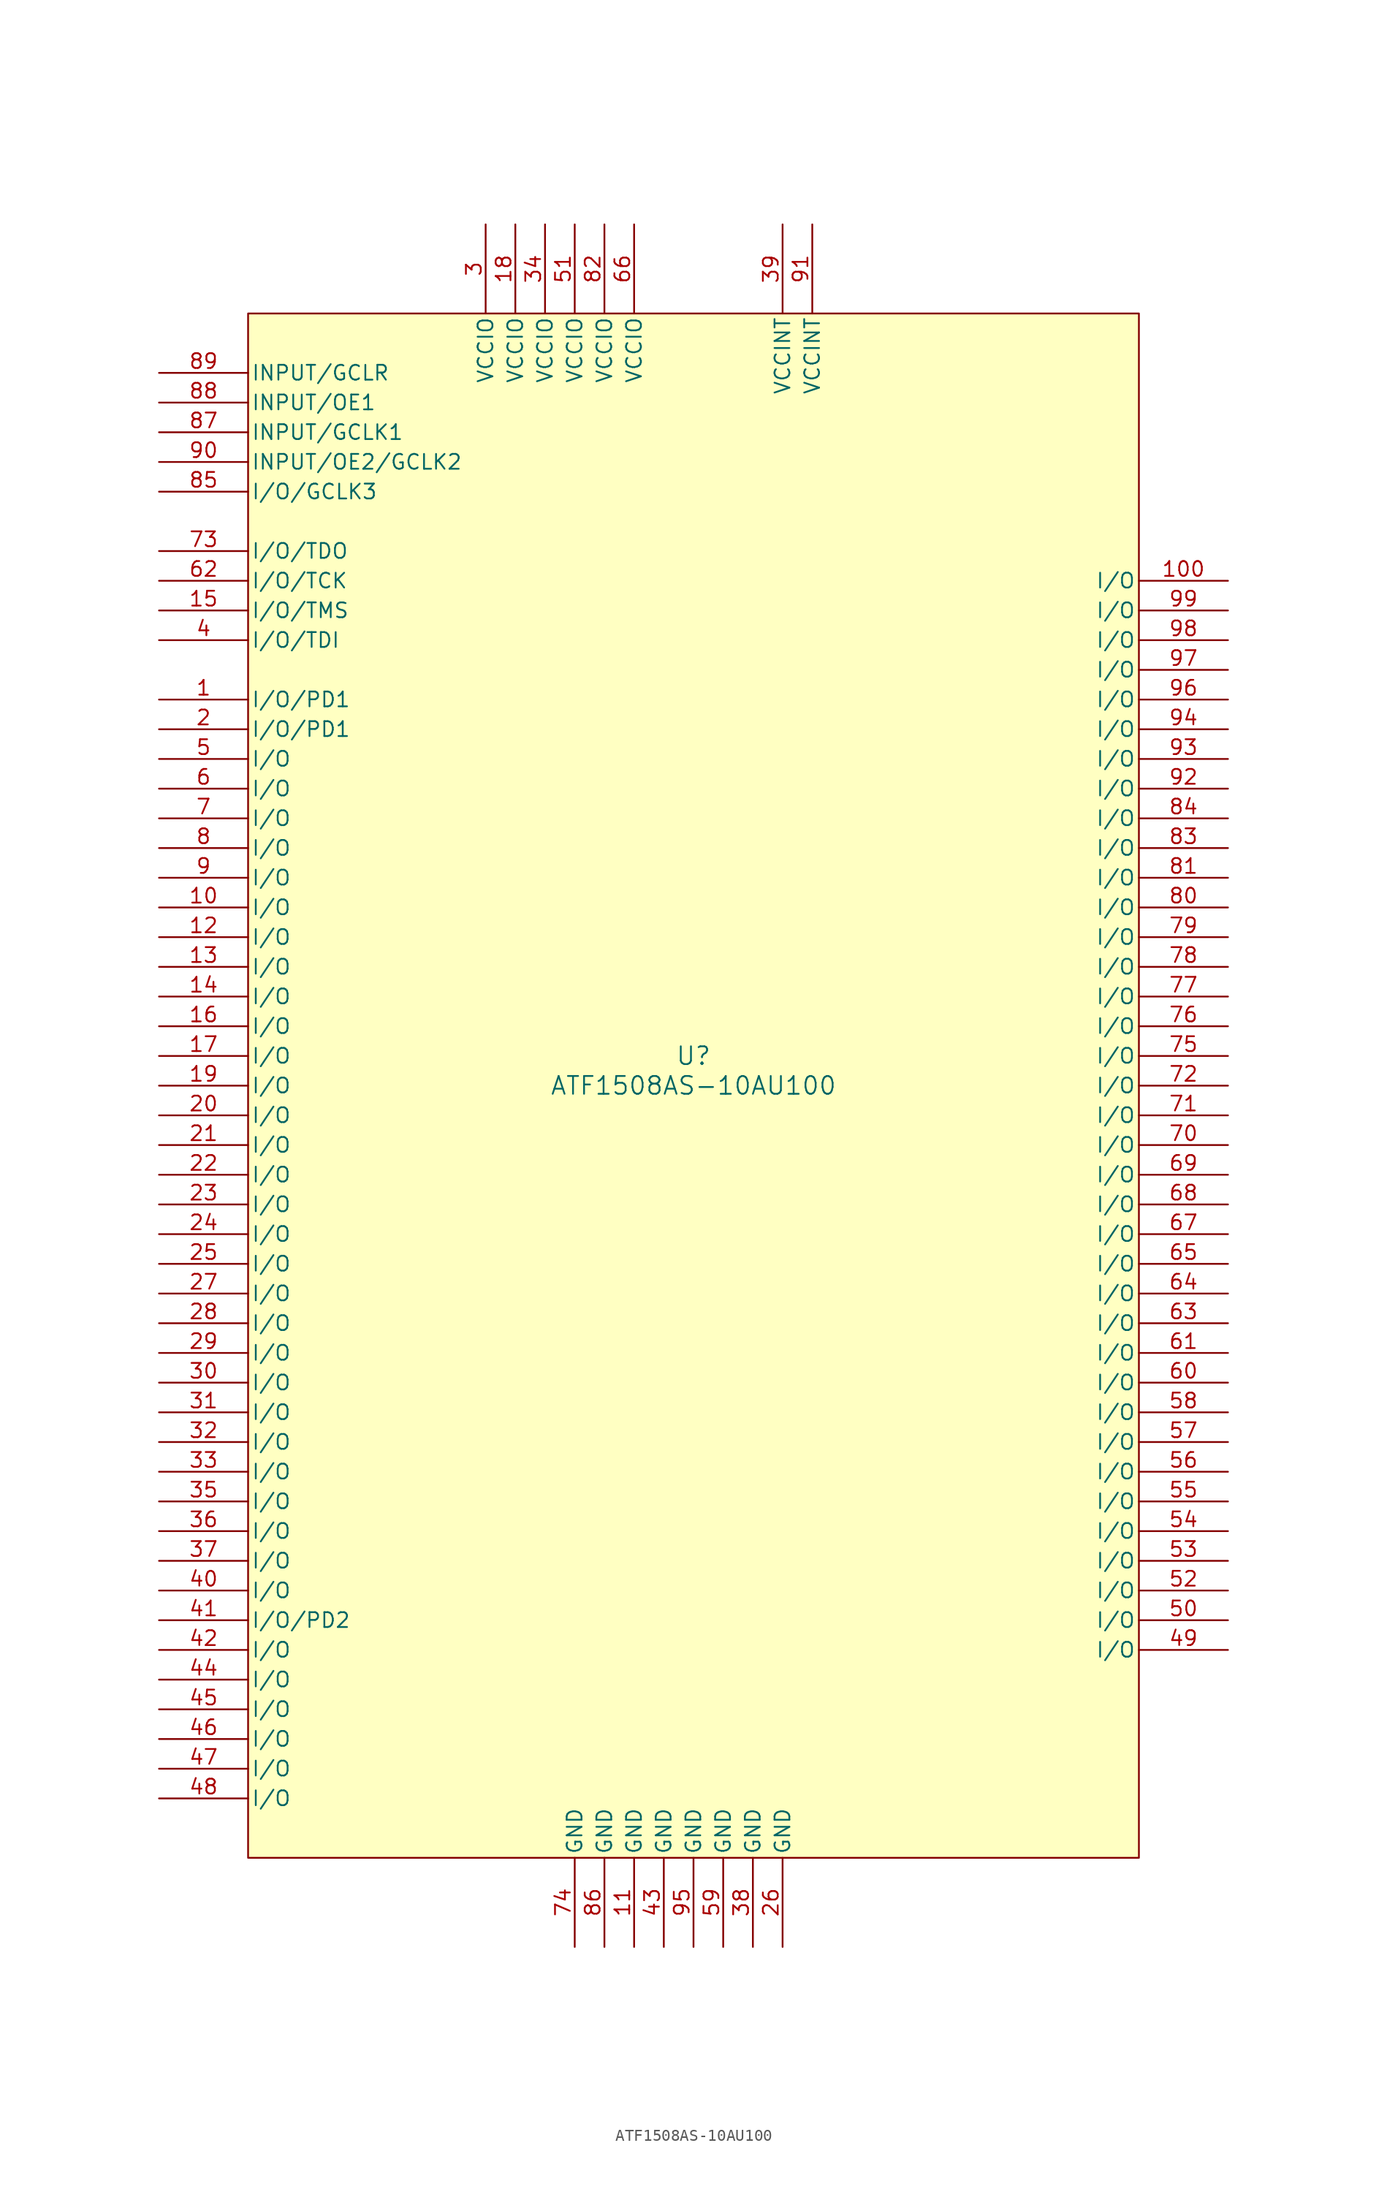
<source format=kicad_sym>
(kicad_symbol_lib
  (version 20220914)
  (generator kicad_symbol_editor)
  (symbol "ATF1508AS-10AU100"
    (pin_names
      (offset 0.254))
    (property "Reference" "U"
      (at 0 2.54 0)
      (effects (font (size 1.524 1.524))))
    (property "Value" "ATF1508AS-10AU100"
      (at 0 0 0)
      (effects (font (size 1.524 1.524))))
    (symbol "ATF1508AS-10AU100_0_1"
      (pin bidirectional line (at -45.72 33.02 0) (length 7.62) (name "I/O/PD1" (effects (font (size 1.27 1.27)))) (number "1" (effects (font (size 1.27 1.27)))))
      (pin bidirectional line (at -45.72 15.24 0) (length 7.62) (name "I/O" (effects (font (size 1.27 1.27)))) (number "10" (effects (font (size 1.27 1.27)))))
      (pin bidirectional line (at 45.72 43.18 180) (length 7.62) (name "I/O" (effects (font (size 1.27 1.27)))) (number "100" (effects (font (size 1.27 1.27)))))
      (pin power_in line (at -5.08 -73.66 90) (length 7.62) (name "GND" (effects (font (size 1.27 1.27)))) (number "11" (effects (font (size 1.27 1.27)))))
      (pin bidirectional line (at -45.72 12.7 0) (length 7.62) (name "I/O" (effects (font (size 1.27 1.27)))) (number "12" (effects (font (size 1.27 1.27)))))
      (pin bidirectional line (at -45.72 10.16 0) (length 7.62) (name "I/O" (effects (font (size 1.27 1.27)))) (number "13" (effects (font (size 1.27 1.27)))))
      (pin bidirectional line (at -45.72 7.62 0) (length 7.62) (name "I/O" (effects (font (size 1.27 1.27)))) (number "14" (effects (font (size 1.27 1.27)))))
      (pin bidirectional line (at -45.72 40.64 0) (length 7.62) (name "I/O/TMS" (effects (font (size 1.27 1.27)))) (number "15" (effects (font (size 1.27 1.27)))))
      (pin bidirectional line (at -45.72 5.08 0) (length 7.62) (name "I/O" (effects (font (size 1.27 1.27)))) (number "16" (effects (font (size 1.27 1.27)))))
      (pin bidirectional line (at -45.72 2.54 0) (length 7.62) (name "I/O" (effects (font (size 1.27 1.27)))) (number "17" (effects (font (size 1.27 1.27)))))
      (pin power_in line (at -15.24 73.66 270) (length 7.62) (name "VCCIO" (effects (font (size 1.27 1.27)))) (number "18" (effects (font (size 1.27 1.27)))))
      (pin bidirectional line (at -45.72 0 0) (length 7.62) (name "I/O" (effects (font (size 1.27 1.27)))) (number "19" (effects (font (size 1.27 1.27)))))
      (pin bidirectional line (at -45.72 30.48 0) (length 7.62) (name "I/O/PD1" (effects (font (size 1.27 1.27)))) (number "2" (effects (font (size 1.27 1.27)))))
      (pin bidirectional line (at -45.72 -2.54 0) (length 7.62) (name "I/O" (effects (font (size 1.27 1.27)))) (number "20" (effects (font (size 1.27 1.27)))))
      (pin bidirectional line (at -45.72 -5.08 0) (length 7.62) (name "I/O" (effects (font (size 1.27 1.27)))) (number "21" (effects (font (size 1.27 1.27)))))
      (pin bidirectional line (at -45.72 -7.62 0) (length 7.62) (name "I/O" (effects (font (size 1.27 1.27)))) (number "22" (effects (font (size 1.27 1.27)))))
      (pin bidirectional line (at -45.72 -10.16 0) (length 7.62) (name "I/O" (effects (font (size 1.27 1.27)))) (number "23" (effects (font (size 1.27 1.27)))))
      (pin bidirectional line (at -45.72 -12.7 0) (length 7.62) (name "I/O" (effects (font (size 1.27 1.27)))) (number "24" (effects (font (size 1.27 1.27)))))
      (pin bidirectional line (at -45.72 -15.24 0) (length 7.62) (name "I/O" (effects (font (size 1.27 1.27)))) (number "25" (effects (font (size 1.27 1.27)))))
      (pin power_in line (at 7.62 -73.66 90) (length 7.62) (name "GND" (effects (font (size 1.27 1.27)))) (number "26" (effects (font (size 1.27 1.27)))))
      (pin bidirectional line (at -45.72 -17.78 0) (length 7.62) (name "I/O" (effects (font (size 1.27 1.27)))) (number "27" (effects (font (size 1.27 1.27)))))
      (pin bidirectional line (at -45.72 -20.32 0) (length 7.62) (name "I/O" (effects (font (size 1.27 1.27)))) (number "28" (effects (font (size 1.27 1.27)))))
      (pin bidirectional line (at -45.72 -22.86 0) (length 7.62) (name "I/O" (effects (font (size 1.27 1.27)))) (number "29" (effects (font (size 1.27 1.27)))))
      (pin power_in line (at -17.78 73.66 270) (length 7.62) (name "VCCIO" (effects (font (size 1.27 1.27)))) (number "3" (effects (font (size 1.27 1.27)))))
      (pin bidirectional line (at -45.72 -25.4 0) (length 7.62) (name "I/O" (effects (font (size 1.27 1.27)))) (number "30" (effects (font (size 1.27 1.27)))))
      (pin bidirectional line (at -45.72 -27.94 0) (length 7.62) (name "I/O" (effects (font (size 1.27 1.27)))) (number "31" (effects (font (size 1.27 1.27)))))
      (pin bidirectional line (at -45.72 -30.48 0) (length 7.62) (name "I/O" (effects (font (size 1.27 1.27)))) (number "32" (effects (font (size 1.27 1.27)))))
      (pin bidirectional line (at -45.72 -33.02 0) (length 7.62) (name "I/O" (effects (font (size 1.27 1.27)))) (number "33" (effects (font (size 1.27 1.27)))))
      (pin power_in line (at -12.7 73.66 270) (length 7.62) (name "VCCIO" (effects (font (size 1.27 1.27)))) (number "34" (effects (font (size 1.27 1.27)))))
      (pin bidirectional line (at -45.72 -35.56 0) (length 7.62) (name "I/O" (effects (font (size 1.27 1.27)))) (number "35" (effects (font (size 1.27 1.27)))))
      (pin bidirectional line (at -45.72 -38.1 0) (length 7.62) (name "I/O" (effects (font (size 1.27 1.27)))) (number "36" (effects (font (size 1.27 1.27)))))
      (pin bidirectional line (at -45.72 -40.64 0) (length 7.62) (name "I/O" (effects (font (size 1.27 1.27)))) (number "37" (effects (font (size 1.27 1.27)))))
      (pin power_in line (at 5.08 -73.66 90) (length 7.62) (name "GND" (effects (font (size 1.27 1.27)))) (number "38" (effects (font (size 1.27 1.27)))))
      (pin power_in line (at 7.62 73.66 270) (length 7.62) (name "VCCINT" (effects (font (size 1.27 1.27)))) (number "39" (effects (font (size 1.27 1.27)))))
      (pin bidirectional line (at -45.72 38.1 0) (length 7.62) (name "I/O/TDI" (effects (font (size 1.27 1.27)))) (number "4" (effects (font (size 1.27 1.27)))))
      (pin bidirectional line (at -45.72 -43.18 0) (length 7.62) (name "I/O" (effects (font (size 1.27 1.27)))) (number "40" (effects (font (size 1.27 1.27)))))
      (pin bidirectional line (at -45.72 -45.72 0) (length 7.62) (name "I/O/PD2" (effects (font (size 1.27 1.27)))) (number "41" (effects (font (size 1.27 1.27)))))
      (pin bidirectional line (at -45.72 -48.26 0) (length 7.62) (name "I/O" (effects (font (size 1.27 1.27)))) (number "42" (effects (font (size 1.27 1.27)))))
      (pin power_in line (at -2.54 -73.66 90) (length 7.62) (name "GND" (effects (font (size 1.27 1.27)))) (number "43" (effects (font (size 1.27 1.27)))))
      (pin bidirectional line (at -45.72 -50.8 0) (length 7.62) (name "I/O" (effects (font (size 1.27 1.27)))) (number "44" (effects (font (size 1.27 1.27)))))
      (pin bidirectional line (at -45.72 -53.34 0) (length 7.62) (name "I/O" (effects (font (size 1.27 1.27)))) (number "45" (effects (font (size 1.27 1.27)))))
      (pin bidirectional line (at -45.72 -55.88 0) (length 7.62) (name "I/O" (effects (font (size 1.27 1.27)))) (number "46" (effects (font (size 1.27 1.27)))))
      (pin bidirectional line (at -45.72 -58.42 0) (length 7.62) (name "I/O" (effects (font (size 1.27 1.27)))) (number "47" (effects (font (size 1.27 1.27)))))
      (pin bidirectional line (at -45.72 -60.96 0) (length 7.62) (name "I/O" (effects (font (size 1.27 1.27)))) (number "48" (effects (font (size 1.27 1.27)))))
      (pin bidirectional line (at 45.72 -48.26 180) (length 7.62) (name "I/O" (effects (font (size 1.27 1.27)))) (number "49" (effects (font (size 1.27 1.27)))))
      (pin bidirectional line (at -45.72 27.94 0) (length 7.62) (name "I/O" (effects (font (size 1.27 1.27)))) (number "5" (effects (font (size 1.27 1.27)))))
      (pin bidirectional line (at 45.72 -45.72 180) (length 7.62) (name "I/O" (effects (font (size 1.27 1.27)))) (number "50" (effects (font (size 1.27 1.27)))))
      (pin power_in line (at -10.16 73.66 270) (length 7.62) (name "VCCIO" (effects (font (size 1.27 1.27)))) (number "51" (effects (font (size 1.27 1.27)))))
      (pin bidirectional line (at 45.72 -43.18 180) (length 7.62) (name "I/O" (effects (font (size 1.27 1.27)))) (number "52" (effects (font (size 1.27 1.27)))))
      (pin bidirectional line (at 45.72 -40.64 180) (length 7.62) (name "I/O" (effects (font (size 1.27 1.27)))) (number "53" (effects (font (size 1.27 1.27)))))
      (pin bidirectional line (at 45.72 -38.1 180) (length 7.62) (name "I/O" (effects (font (size 1.27 1.27)))) (number "54" (effects (font (size 1.27 1.27)))))
      (pin bidirectional line (at 45.72 -35.56 180) (length 7.62) (name "I/O" (effects (font (size 1.27 1.27)))) (number "55" (effects (font (size 1.27 1.27)))))
      (pin bidirectional line (at 45.72 -33.02 180) (length 7.62) (name "I/O" (effects (font (size 1.27 1.27)))) (number "56" (effects (font (size 1.27 1.27)))))
      (pin bidirectional line (at 45.72 -30.48 180) (length 7.62) (name "I/O" (effects (font (size 1.27 1.27)))) (number "57" (effects (font (size 1.27 1.27)))))
      (pin bidirectional line (at 45.72 -27.94 180) (length 7.62) (name "I/O" (effects (font (size 1.27 1.27)))) (number "58" (effects (font (size 1.27 1.27)))))
      (pin power_in line (at 2.54 -73.66 90) (length 7.62) (name "GND" (effects (font (size 1.27 1.27)))) (number "59" (effects (font (size 1.27 1.27)))))
      (pin bidirectional line (at -45.72 25.4 0) (length 7.62) (name "I/O" (effects (font (size 1.27 1.27)))) (number "6" (effects (font (size 1.27 1.27)))))
      (pin bidirectional line (at 45.72 -25.4 180) (length 7.62) (name "I/O" (effects (font (size 1.27 1.27)))) (number "60" (effects (font (size 1.27 1.27)))))
      (pin bidirectional line (at 45.72 -22.86 180) (length 7.62) (name "I/O" (effects (font (size 1.27 1.27)))) (number "61" (effects (font (size 1.27 1.27)))))
      (pin bidirectional line (at -45.72 43.18 0) (length 7.62) (name "I/O/TCK" (effects (font (size 1.27 1.27)))) (number "62" (effects (font (size 1.27 1.27)))))
      (pin bidirectional line (at 45.72 -20.32 180) (length 7.62) (name "I/O" (effects (font (size 1.27 1.27)))) (number "63" (effects (font (size 1.27 1.27)))))
      (pin bidirectional line (at 45.72 -17.78 180) (length 7.62) (name "I/O" (effects (font (size 1.27 1.27)))) (number "64" (effects (font (size 1.27 1.27)))))
      (pin bidirectional line (at 45.72 -15.24 180) (length 7.62) (name "I/O" (effects (font (size 1.27 1.27)))) (number "65" (effects (font (size 1.27 1.27)))))
      (pin power_in line (at -5.08 73.66 270) (length 7.62) (name "VCCIO" (effects (font (size 1.27 1.27)))) (number "66" (effects (font (size 1.27 1.27)))))
      (pin bidirectional line (at 45.72 -12.7 180) (length 7.62) (name "I/O" (effects (font (size 1.27 1.27)))) (number "67" (effects (font (size 1.27 1.27)))))
      (pin bidirectional line (at 45.72 -10.16 180) (length 7.62) (name "I/O" (effects (font (size 1.27 1.27)))) (number "68" (effects (font (size 1.27 1.27)))))
      (pin bidirectional line (at 45.72 -7.62 180) (length 7.62) (name "I/O" (effects (font (size 1.27 1.27)))) (number "69" (effects (font (size 1.27 1.27)))))
      (pin bidirectional line (at -45.72 22.86 0) (length 7.62) (name "I/O" (effects (font (size 1.27 1.27)))) (number "7" (effects (font (size 1.27 1.27)))))
      (pin bidirectional line (at 45.72 -5.08 180) (length 7.62) (name "I/O" (effects (font (size 1.27 1.27)))) (number "70" (effects (font (size 1.27 1.27)))))
      (pin bidirectional line (at 45.72 -2.54 180) (length 7.62) (name "I/O" (effects (font (size 1.27 1.27)))) (number "71" (effects (font (size 1.27 1.27)))))
      (pin bidirectional line (at 45.72 0 180) (length 7.62) (name "I/O" (effects (font (size 1.27 1.27)))) (number "72" (effects (font (size 1.27 1.27)))))
      (pin bidirectional line (at -45.72 45.72 0) (length 7.62) (name "I/O/TDO" (effects (font (size 1.27 1.27)))) (number "73" (effects (font (size 1.27 1.27)))))
      (pin power_in line (at -10.16 -73.66 90) (length 7.62) (name "GND" (effects (font (size 1.27 1.27)))) (number "74" (effects (font (size 1.27 1.27)))))
      (pin bidirectional line (at 45.72 2.54 180) (length 7.62) (name "I/O" (effects (font (size 1.27 1.27)))) (number "75" (effects (font (size 1.27 1.27)))))
      (pin bidirectional line (at 45.72 5.08 180) (length 7.62) (name "I/O" (effects (font (size 1.27 1.27)))) (number "76" (effects (font (size 1.27 1.27)))))
      (pin bidirectional line (at 45.72 7.62 180) (length 7.62) (name "I/O" (effects (font (size 1.27 1.27)))) (number "77" (effects (font (size 1.27 1.27)))))
      (pin bidirectional line (at 45.72 10.16 180) (length 7.62) (name "I/O" (effects (font (size 1.27 1.27)))) (number "78" (effects (font (size 1.27 1.27)))))
      (pin bidirectional line (at 45.72 12.7 180) (length 7.62) (name "I/O" (effects (font (size 1.27 1.27)))) (number "79" (effects (font (size 1.27 1.27)))))
      (pin bidirectional line (at -45.72 20.32 0) (length 7.62) (name "I/O" (effects (font (size 1.27 1.27)))) (number "8" (effects (font (size 1.27 1.27)))))
      (pin bidirectional line (at 45.72 15.24 180) (length 7.62) (name "I/O" (effects (font (size 1.27 1.27)))) (number "80" (effects (font (size 1.27 1.27)))))
      (pin bidirectional line (at 45.72 17.78 180) (length 7.62) (name "I/O" (effects (font (size 1.27 1.27)))) (number "81" (effects (font (size 1.27 1.27)))))
      (pin power_in line (at -7.62 73.66 270) (length 7.62) (name "VCCIO" (effects (font (size 1.27 1.27)))) (number "82" (effects (font (size 1.27 1.27)))))
      (pin bidirectional line (at 45.72 20.32 180) (length 7.62) (name "I/O" (effects (font (size 1.27 1.27)))) (number "83" (effects (font (size 1.27 1.27)))))
      (pin bidirectional line (at 45.72 22.86 180) (length 7.62) (name "I/O" (effects (font (size 1.27 1.27)))) (number "84" (effects (font (size 1.27 1.27)))))
      (pin bidirectional line (at -45.72 50.8 0) (length 7.62) (name "I/O/GCLK3" (effects (font (size 1.27 1.27)))) (number "85" (effects (font (size 1.27 1.27)))))
      (pin power_in line (at -7.62 -73.66 90) (length 7.62) (name "GND" (effects (font (size 1.27 1.27)))) (number "86" (effects (font (size 1.27 1.27)))))
      (pin bidirectional line (at -45.72 55.88 0) (length 7.62) (name "INPUT/GCLK1" (effects (font (size 1.27 1.27)))) (number "87" (effects (font (size 1.27 1.27)))))
      (pin bidirectional line (at -45.72 58.42 0) (length 7.62) (name "INPUT/OE1" (effects (font (size 1.27 1.27)))) (number "88" (effects (font (size 1.27 1.27)))))
      (pin bidirectional line (at -45.72 60.96 0) (length 7.62) (name "INPUT/GCLR" (effects (font (size 1.27 1.27)))) (number "89" (effects (font (size 1.27 1.27)))))
      (pin bidirectional line (at -45.72 17.78 0) (length 7.62) (name "I/O" (effects (font (size 1.27 1.27)))) (number "9" (effects (font (size 1.27 1.27)))))
      (pin bidirectional line (at -45.72 53.34 0) (length 7.62) (name "INPUT/OE2/GCLK2" (effects (font (size 1.27 1.27)))) (number "90" (effects (font (size 1.27 1.27)))))
      (pin power_in line (at 10.16 73.66 270) (length 7.62) (name "VCCINT" (effects (font (size 1.27 1.27)))) (number "91" (effects (font (size 1.27 1.27)))))
      (pin bidirectional line (at 45.72 25.4 180) (length 7.62) (name "I/O" (effects (font (size 1.27 1.27)))) (number "92" (effects (font (size 1.27 1.27)))))
      (pin bidirectional line (at 45.72 27.94 180) (length 7.62) (name "I/O" (effects (font (size 1.27 1.27)))) (number "93" (effects (font (size 1.27 1.27)))))
      (pin bidirectional line (at 45.72 30.48 180) (length 7.62) (name "I/O" (effects (font (size 1.27 1.27)))) (number "94" (effects (font (size 1.27 1.27)))))
      (pin power_in line (at 0 -73.66 90) (length 7.62) (name "GND" (effects (font (size 1.27 1.27)))) (number "95" (effects (font (size 1.27 1.27)))))
      (pin bidirectional line (at 45.72 33.02 180) (length 7.62) (name "I/O" (effects (font (size 1.27 1.27)))) (number "96" (effects (font (size 1.27 1.27)))))
      (pin bidirectional line (at 45.72 35.56 180) (length 7.62) (name "I/O" (effects (font (size 1.27 1.27)))) (number "97" (effects (font (size 1.27 1.27)))))
      (pin bidirectional line (at 45.72 38.1 180) (length 7.62) (name "I/O" (effects (font (size 1.27 1.27)))) (number "98" (effects (font (size 1.27 1.27)))))
      (pin bidirectional line (at 45.72 40.64 180) (length 7.62) (name "I/O" (effects (font (size 1.27 1.27)))) (number "99" (effects (font (size 1.27 1.27))))))
    (symbol "ATF1508AS-10AU100_1_1"
      (rectangle (start -38.1 66.04) (end 38.1 -66.04) (stroke (width 0) (type default)) (fill (type background))))))
</source>
